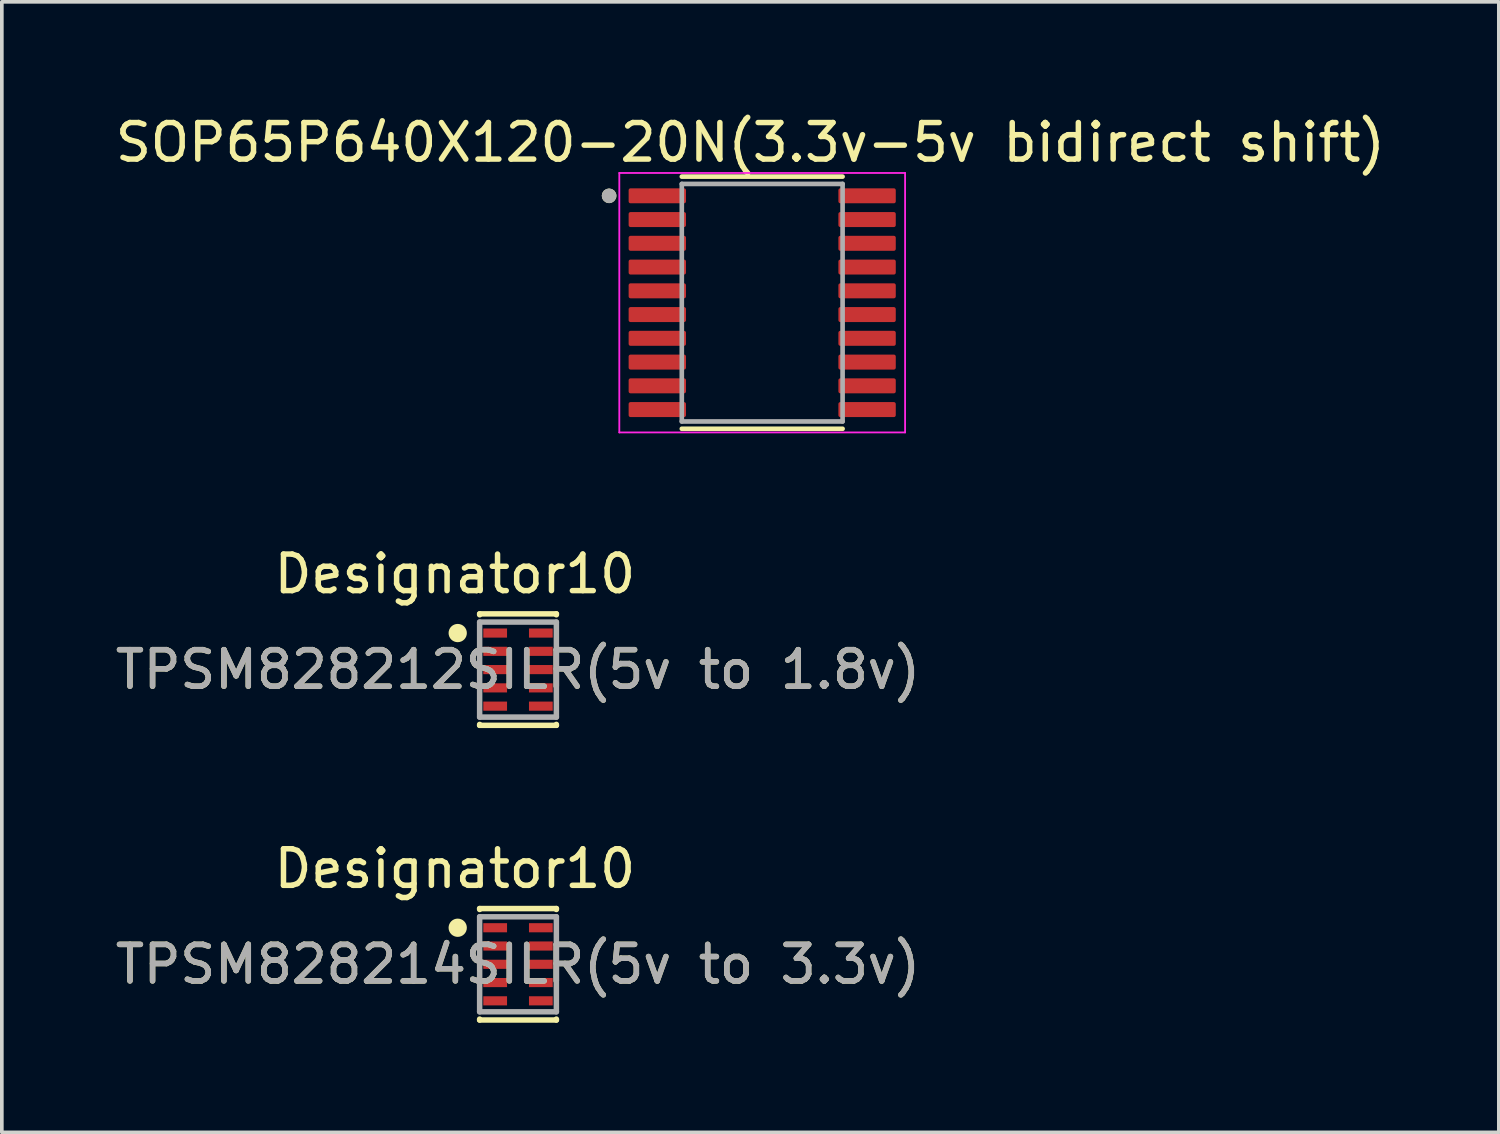
<source format=kicad_pcb>
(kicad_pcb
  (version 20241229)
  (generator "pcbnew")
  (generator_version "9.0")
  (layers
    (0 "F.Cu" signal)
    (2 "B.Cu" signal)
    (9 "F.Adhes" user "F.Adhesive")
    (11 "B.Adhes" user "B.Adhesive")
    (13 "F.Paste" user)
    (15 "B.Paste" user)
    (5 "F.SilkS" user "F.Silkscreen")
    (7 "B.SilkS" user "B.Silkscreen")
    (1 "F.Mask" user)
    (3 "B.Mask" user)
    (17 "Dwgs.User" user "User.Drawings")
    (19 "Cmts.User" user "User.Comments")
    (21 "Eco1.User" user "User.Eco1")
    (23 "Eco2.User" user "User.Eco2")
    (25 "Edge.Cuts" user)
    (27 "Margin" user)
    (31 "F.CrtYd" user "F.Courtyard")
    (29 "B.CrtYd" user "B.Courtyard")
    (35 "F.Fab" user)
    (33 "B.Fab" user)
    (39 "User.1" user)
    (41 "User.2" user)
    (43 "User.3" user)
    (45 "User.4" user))
  (footprint "SOP65P640X120-20N(3.3v-5v bidirect shift)"
    (layer "F.Cu")
    (at 17.807 5.233)
    (property "Reference" "SOP65P640X120-20N(3.3v-5v bidirect shift)" (at -0.325 -4.385 0) (layer "F.SilkS") (effects (font (size 1 1) (thickness 0.15))))
    (attr smd)
    (fp_line (start -2.2 -3.45) (end 2.2 -3.45) (stroke (width 0.127) (type solid)) (layer "F.SilkS"))
    (fp_line (start -2.2 3.45) (end 2.2 3.45) (stroke (width 0.127) (type solid)) (layer "F.SilkS"))
    (fp_circle (center -4.19 -2.925) (end -4.09 -2.925) (stroke (width 0.2) (type solid)) (fill no) (layer "F.SilkS"))
    (fp_line (start -3.91 -3.55) (end -3.91 3.55) (stroke (width 0.05) (type solid)) (layer "F.CrtYd"))
    (fp_line (start -3.91 -3.55) (end 3.91 -3.55) (stroke (width 0.05) (type solid)) (layer "F.CrtYd"))
    (fp_line (start -3.91 3.55) (end 3.91 3.55) (stroke (width 0.05) (type solid)) (layer "F.CrtYd"))
    (fp_line (start 3.91 -3.55) (end 3.91 3.55) (stroke (width 0.05) (type solid)) (layer "F.CrtYd"))
    (fp_line (start -2.2 -3.25) (end -2.2 3.25) (stroke (width 0.127) (type solid)) (layer "F.Fab"))
    (fp_line (start -2.2 -3.25) (end 2.2 -3.25) (stroke (width 0.127) (type solid)) (layer "F.Fab"))
    (fp_line (start -2.2 3.25) (end 2.2 3.25) (stroke (width 0.127) (type solid)) (layer "F.Fab"))
    (fp_line (start 2.2 -3.25) (end 2.2 3.25) (stroke (width 0.127) (type solid)) (layer "F.Fab"))
    (fp_circle (center -4.19 -2.925) (end -4.09 -2.925) (stroke (width 0.2) (type solid)) (fill no) (layer "F.Fab"))
    (pad "1" smd roundrect (at -2.87 -2.925) (size 1.57 0.41) (layers "F.Cu" "F.Mask" "F.Paste") (roundrect_rratio 0.125))
    (pad "2" smd roundrect (at -2.87 -2.275) (size 1.57 0.41) (layers "F.Cu" "F.Mask" "F.Paste") (roundrect_rratio 0.125))
    (pad "3" smd roundrect (at -2.87 -1.625) (size 1.57 0.41) (layers "F.Cu" "F.Mask" "F.Paste") (roundrect_rratio 0.125))
    (pad "4" smd roundrect (at -2.87 -0.975) (size 1.57 0.41) (layers "F.Cu" "F.Mask" "F.Paste") (roundrect_rratio 0.125))
    (pad "5" smd roundrect (at -2.87 -0.325) (size 1.57 0.41) (layers "F.Cu" "F.Mask" "F.Paste") (roundrect_rratio 0.125))
    (pad "6" smd roundrect (at -2.87 0.325) (size 1.57 0.41) (layers "F.Cu" "F.Mask" "F.Paste") (roundrect_rratio 0.125))
    (pad "7" smd roundrect (at -2.87 0.975) (size 1.57 0.41) (layers "F.Cu" "F.Mask" "F.Paste") (roundrect_rratio 0.125))
    (pad "8" smd roundrect (at -2.87 1.625) (size 1.57 0.41) (layers "F.Cu" "F.Mask" "F.Paste") (roundrect_rratio 0.125))
    (pad "9" smd roundrect (at -2.87 2.275) (size 1.57 0.41) (layers "F.Cu" "F.Mask" "F.Paste") (roundrect_rratio 0.125))
    (pad "10" smd roundrect (at -2.87 2.925) (size 1.57 0.41) (layers "F.Cu" "F.Mask" "F.Paste") (roundrect_rratio 0.125))
    (pad "11" smd roundrect (at 2.87 2.925) (size 1.57 0.41) (layers "F.Cu" "F.Mask" "F.Paste") (roundrect_rratio 0.125))
    (pad "12" smd roundrect (at 2.87 2.275) (size 1.57 0.41) (layers "F.Cu" "F.Mask" "F.Paste") (roundrect_rratio 0.125))
    (pad "13" smd roundrect (at 2.87 1.625) (size 1.57 0.41) (layers "F.Cu" "F.Mask" "F.Paste") (roundrect_rratio 0.125))
    (pad "14" smd roundrect (at 2.87 0.975) (size 1.57 0.41) (layers "F.Cu" "F.Mask" "F.Paste") (roundrect_rratio 0.125))
    (pad "15" smd roundrect (at 2.87 0.325) (size 1.57 0.41) (layers "F.Cu" "F.Mask" "F.Paste") (roundrect_rratio 0.125))
    (pad "16" smd roundrect (at 2.87 -0.325) (size 1.57 0.41) (layers "F.Cu" "F.Mask" "F.Paste") (roundrect_rratio 0.125))
    (pad "17" smd roundrect (at 2.87 -0.975) (size 1.57 0.41) (layers "F.Cu" "F.Mask" "F.Paste") (roundrect_rratio 0.125))
    (pad "18" smd roundrect (at 2.87 -1.625) (size 1.57 0.41) (layers "F.Cu" "F.Mask" "F.Paste") (roundrect_rratio 0.125))
    (pad "19" smd roundrect (at 2.87 -2.275) (size 1.57 0.41) (layers "F.Cu" "F.Mask" "F.Paste") (roundrect_rratio 0.125))
    (pad "20" smd roundrect (at 2.87 -2.925) (size 1.57 0.41) (layers "F.Cu" "F.Mask" "F.Paste") (roundrect_rratio 0.125)))
  (footprint "TPSM828214SILR(5v to 3.3v)"
    (layer "F.Cu")
    (at 11.125 23.337)
    (property "Reference" "TPSM828214SILR(5v to 3.3v)" (at 0 0 0) (unlocked yes) (layer "F.SilkS") (effects (font (size 1 1) (thickness 0.15))))
    (attr smd)
    (fp_line (start -1.05 -1.525) (end 1.05 -1.525) (stroke (width 0.15) (type solid)) (layer "F.SilkS"))
    (fp_line (start -1.05 -1.5) (end -1.05 -1.525) (stroke (width 0.15) (type solid)) (layer "F.SilkS"))
    (fp_line (start -1.05 1.525) (end -1.05 1.5) (stroke (width 0.15) (type solid)) (layer "F.SilkS"))
    (fp_line (start -1.05 1.525) (end 1.05 1.525) (stroke (width 0.15) (type solid)) (layer "F.SilkS"))
    (fp_line (start 1.05 -1.5) (end 1.05 -1.525) (stroke (width 0.15) (type solid)) (layer "F.SilkS"))
    (fp_line (start 1.05 1.525) (end 1.05 1.5) (stroke (width 0.15) (type solid)) (layer "F.SilkS"))
    (fp_circle (center -1.65 -1) (end -1.525 -1) (stroke (width 0.25) (type solid)) (fill no) (layer "F.SilkS"))
    (fp_line (start -1.05 -1.3) (end 1.05 -1.3) (stroke (width 0.15) (type solid)) (layer "F.Fab"))
    (fp_line (start -1.05 1.3) (end -1.05 -1.3) (stroke (width 0.15) (type solid)) (layer "F.Fab"))
    (fp_line (start -1.05 1.3) (end 1.05 1.3) (stroke (width 0.15) (type solid)) (layer "F.Fab"))
    (fp_line (start 1.05 1.3) (end 1.05 -1.3) (stroke (width 0.15) (type solid)) (layer "F.Fab"))
    (fp_text user "Designator10" (at -1.727 -2.616 0) (unlocked yes) (layer "F.SilkS") (effects (font (size 1 1) (thickness 0.15))))
    (fp_text user "${REFERENCE}" (at 0 0 0) (unlocked yes) (layer "F.Fab") (effects (font (size 1 1) (thickness 0.15))))
    (pad "1" smd rect (at -0.625 -1) (size 0.65 0.25) (layers "F.Cu" "F.Mask" "F.Paste"))
    (pad "2" smd rect (at -0.625 -0.5) (size 0.65 0.25) (layers "F.Cu" "F.Mask" "F.Paste"))
    (pad "3" smd rect (at -0.625 0) (size 0.65 0.25) (layers "F.Cu" "F.Mask" "F.Paste"))
    (pad "4" smd rect (at -0.625 0.5) (size 0.65 0.25) (layers "F.Cu" "F.Mask" "F.Paste"))
    (pad "5" smd rect (at -0.625 1) (size 0.65 0.25) (layers "F.Cu" "F.Mask" "F.Paste"))
    (pad "6" smd rect (at 0.625 1) (size 0.65 0.25) (layers "F.Cu" "F.Mask" "F.Paste"))
    (pad "7" smd rect (at 0.625 0.5) (size 0.65 0.25) (layers "F.Cu" "F.Mask" "F.Paste"))
    (pad "8" smd rect (at 0.625 0) (size 0.65 0.25) (layers "F.Cu" "F.Mask" "F.Paste"))
    (pad "9" smd rect (at 0.625 -0.5) (size 0.65 0.25) (layers "F.Cu" "F.Mask" "F.Paste"))
    (pad "10" smd rect (at 0.625 -1) (size 0.65 0.25) (layers "F.Cu" "F.Mask" "F.Paste")))
  (footprint "TPSM828212SILR(5v to 1.8v)"
    (layer "F.Cu")
    (at 11.125 15.273)
    (property "Reference" "TPSM828212SILR(5v to 1.8v)" (at 0 0 0) (unlocked yes) (layer "F.SilkS") (effects (font (size 1 1) (thickness 0.15))))
    (attr smd)
    (fp_line (start -1.05 -1.525) (end 1.05 -1.525) (stroke (width 0.15) (type solid)) (layer "F.SilkS"))
    (fp_line (start -1.05 -1.5) (end -1.05 -1.525) (stroke (width 0.15) (type solid)) (layer "F.SilkS"))
    (fp_line (start -1.05 1.525) (end -1.05 1.5) (stroke (width 0.15) (type solid)) (layer "F.SilkS"))
    (fp_line (start -1.05 1.525) (end 1.05 1.525) (stroke (width 0.15) (type solid)) (layer "F.SilkS"))
    (fp_line (start 1.05 -1.5) (end 1.05 -1.525) (stroke (width 0.15) (type solid)) (layer "F.SilkS"))
    (fp_line (start 1.05 1.525) (end 1.05 1.5) (stroke (width 0.15) (type solid)) (layer "F.SilkS"))
    (fp_circle (center -1.65 -1) (end -1.525 -1) (stroke (width 0.25) (type solid)) (fill no) (layer "F.SilkS"))
    (fp_line (start -1.05 -1.3) (end 1.05 -1.3) (stroke (width 0.15) (type solid)) (layer "F.Fab"))
    (fp_line (start -1.05 1.3) (end -1.05 -1.3) (stroke (width 0.15) (type solid)) (layer "F.Fab"))
    (fp_line (start -1.05 1.3) (end 1.05 1.3) (stroke (width 0.15) (type solid)) (layer "F.Fab"))
    (fp_line (start 1.05 1.3) (end 1.05 -1.3) (stroke (width 0.15) (type solid)) (layer "F.Fab"))
    (fp_text user "Designator10" (at -1.727 -2.616 0) (unlocked yes) (layer "F.SilkS") (effects (font (size 1 1) (thickness 0.15))))
    (fp_text user "${REFERENCE}" (at 0 0 0) (unlocked yes) (layer "F.Fab") (effects (font (size 1 1) (thickness 0.15))))
    (pad "1" smd rect (at -0.625 -1) (size 0.65 0.25) (layers "F.Cu" "F.Mask" "F.Paste"))
    (pad "2" smd rect (at -0.625 -0.5) (size 0.65 0.25) (layers "F.Cu" "F.Mask" "F.Paste"))
    (pad "3" smd rect (at -0.625 0) (size 0.65 0.25) (layers "F.Cu" "F.Mask" "F.Paste"))
    (pad "4" smd rect (at -0.625 0.5) (size 0.65 0.25) (layers "F.Cu" "F.Mask" "F.Paste"))
    (pad "5" smd rect (at -0.625 1) (size 0.65 0.25) (layers "F.Cu" "F.Mask" "F.Paste"))
    (pad "6" smd rect (at 0.625 1) (size 0.65 0.25) (layers "F.Cu" "F.Mask" "F.Paste"))
    (pad "7" smd rect (at 0.625 0.5) (size 0.65 0.25) (layers "F.Cu" "F.Mask" "F.Paste"))
    (pad "8" smd rect (at 0.625 0) (size 0.65 0.25) (layers "F.Cu" "F.Mask" "F.Paste"))
    (pad "9" smd rect (at 0.625 -0.5) (size 0.65 0.25) (layers "F.Cu" "F.Mask" "F.Paste"))
    (pad "10" smd rect (at 0.625 -1) (size 0.65 0.25) (layers "F.Cu" "F.Mask" "F.Paste")))
  (gr_rect
    (start -3 -3)
    (end 37.964 27.937)
    (stroke (width 0.1) (type default))
    (fill no)
    (layer "Edge.Cuts")))
</source>
